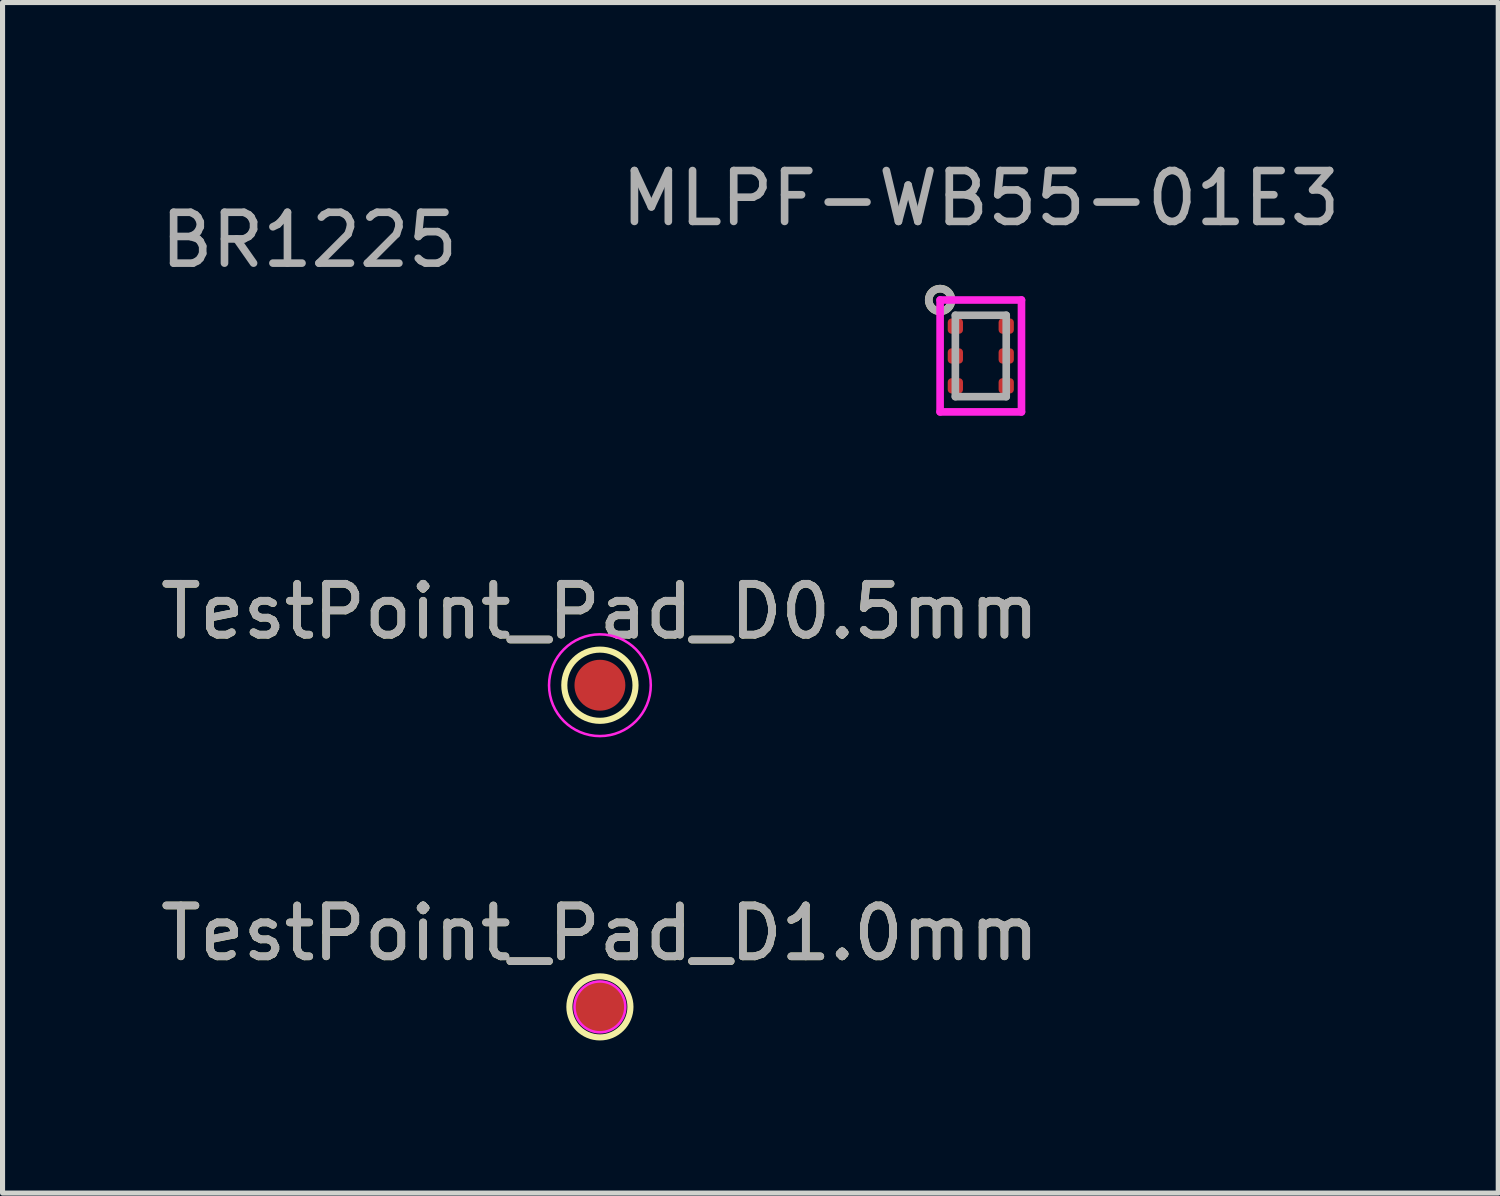
<source format=kicad_pcb>
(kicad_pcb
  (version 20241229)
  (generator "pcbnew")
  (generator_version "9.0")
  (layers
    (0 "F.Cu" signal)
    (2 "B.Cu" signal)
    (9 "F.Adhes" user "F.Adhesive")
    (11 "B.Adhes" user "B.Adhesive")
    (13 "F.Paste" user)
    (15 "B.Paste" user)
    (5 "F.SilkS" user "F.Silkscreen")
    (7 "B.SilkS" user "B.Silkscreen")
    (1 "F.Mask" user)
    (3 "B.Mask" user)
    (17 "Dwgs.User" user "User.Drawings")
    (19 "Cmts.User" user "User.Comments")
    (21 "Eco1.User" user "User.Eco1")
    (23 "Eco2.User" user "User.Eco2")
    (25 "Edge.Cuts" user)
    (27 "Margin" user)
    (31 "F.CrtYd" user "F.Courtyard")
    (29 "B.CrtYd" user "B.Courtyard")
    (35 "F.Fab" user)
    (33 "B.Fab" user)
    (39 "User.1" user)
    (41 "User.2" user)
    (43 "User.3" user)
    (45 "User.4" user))
  (footprint "BR1225"
    (layer "F.Cu")
    (at 3.03 1.168)
    (property "Reference" "BR1225" (at 0 0.5 0) (layer "F.Fab") (effects (font (size 1 1) (thickness 0.15))))
    (attr through_hole)
    (fp_text user "BR1225" (at 0 0.7 0) (layer "F.Mask") (effects (font (size 0.5 0.5) (thickness 0.1))))
    (fp_text user "BR1216" (at 0 -0.7 0) (layer "F.Mask") (effects (font (size 0.5 0.5) (thickness 0.1))))
    (fp_text user "BR1220" (at 0 0 0) (layer "F.Mask") (effects (font (size 0.5 0.5) (thickness 0.1)))))
  (footprint "TestPoint_Pad_D0.5mm"
    (layer "F.Cu")
    (at 8.744 10.421)
    (property "Reference" "TestPoint_Pad_D0.5mm" (at 0 -1.448 0) (layer "F.SilkS") (effects (font (size 1 1) (thickness 0.15))))
    (attr exclude_from_pos_files exclude_from_bom)
    (fp_circle (center 0 0) (end 0 0.7) (stroke (width 0.12) (type solid)) (fill no) (layer "F.SilkS"))
    (fp_circle (center 0 0) (end 1 0) (stroke (width 0.05) (type solid)) (fill no) (layer "F.CrtYd"))
    (fp_text user "${REFERENCE}" (at 0 -1.45 0) (layer "F.Fab") (effects (font (size 1 1) (thickness 0.15))))
    (pad "1" smd circle (at 0 0) (size 1 1) (layers "F.Cu" "F.Mask")))
  (footprint "TestPoint_Pad_D1.0mm"
    (layer "F.Cu")
    (at 8.744 16.745)
    (property "Reference" "TestPoint_Pad_D1.0mm" (at 0 -1.448 0) (layer "F.SilkS") (effects (font (size 1 1) (thickness 0.15))))
    (attr exclude_from_pos_files exclude_from_bom)
    (fp_circle (center 0 0) (end 0.6 0) (stroke (width 0.12) (type solid)) (fill no) (layer "F.SilkS"))
    (fp_circle (center 0 0) (end 0.5 0) (stroke (width 0.05) (type solid)) (fill no) (layer "F.CrtYd"))
    (fp_text user "${REFERENCE}" (at 0 -1.45 0) (layer "F.Fab") (effects (font (size 1 1) (thickness 0.15))))
    (pad "1" smd circle (at 0 0) (size 1 1) (layers "F.Cu" "F.Mask")))
  (footprint "MLPF-WB55-01E3"
    (layer "F.Cu")
    (at 16.232 3.948)
    (property "Reference" "MLPF-WB55-01E3" (at 0 -3.1 0) (layer "F.Fab") (effects (font (size 1 1) (thickness 0.15))))
    (attr smd)
    (fp_circle (center -0.8 -1.1) (end -0.6 -1.2) (stroke (width 0.15) (type solid)) (fill no) (layer "F.SilkS"))
    (fp_line (start -0.8 -1.1) (end 0.8 -1.1) (stroke (width 0.15) (type solid)) (layer "F.CrtYd"))
    (fp_line (start -0.8 1.1) (end -0.8 -1.1) (stroke (width 0.15) (type solid)) (layer "F.CrtYd"))
    (fp_line (start 0.8 -1.1) (end 0.8 1.1) (stroke (width 0.15) (type solid)) (layer "F.CrtYd"))
    (fp_line (start 0.8 1.1) (end -0.8 1.1) (stroke (width 0.15) (type solid)) (layer "F.CrtYd"))
    (fp_line (start -0.5 -0.8) (end -0.5 0.8) (stroke (width 0.15) (type solid)) (layer "F.Fab"))
    (fp_line (start -0.5 0.8) (end 0.5 0.8) (stroke (width 0.15) (type solid)) (layer "F.Fab"))
    (fp_line (start 0.5 -0.8) (end -0.5 -0.8) (stroke (width 0.15) (type solid)) (layer "F.Fab"))
    (fp_line (start 0.5 0.8) (end 0.5 -0.8) (stroke (width 0.15) (type solid)) (layer "F.Fab"))
    (fp_circle (center -0.8 -1.1) (end -0.6 -1.2) (stroke (width 0.15) (type solid)) (fill no) (layer "F.Fab"))
    (pad "1" smd roundrect (at -0.5 -0.587) (size 0.3 0.3) (layers "F.Cu" "F.Mask" "F.Paste") (roundrect_rratio 0.25))
    (pad "2" smd roundrect (at -0.5 0) (size 0.3 0.3) (layers "F.Cu" "F.Mask" "F.Paste") (roundrect_rratio 0.25))
    (pad "3" smd roundrect (at -0.5 0.587) (size 0.3 0.3) (layers "F.Cu" "F.Mask" "F.Paste") (roundrect_rratio 0.25))
    (pad "4" smd roundrect (at 0.5 0.587) (size 0.3 0.3) (layers "F.Cu" "F.Mask" "F.Paste") (roundrect_rratio 0.25))
    (pad "5" smd roundrect (at 0.5 0) (size 0.3 0.3) (layers "F.Cu" "F.Mask" "F.Paste") (roundrect_rratio 0.25))
    (pad "6" smd roundrect (at 0.5 -0.587) (size 0.3 0.3) (layers "F.Cu" "F.Mask" "F.Paste") (roundrect_rratio 0.25)))
  (gr_rect
    (start -3 -3)
    (end 26.405 20.405)
    (stroke (width 0.1) (type default))
    (fill no)
    (layer "Edge.Cuts")))
</source>
